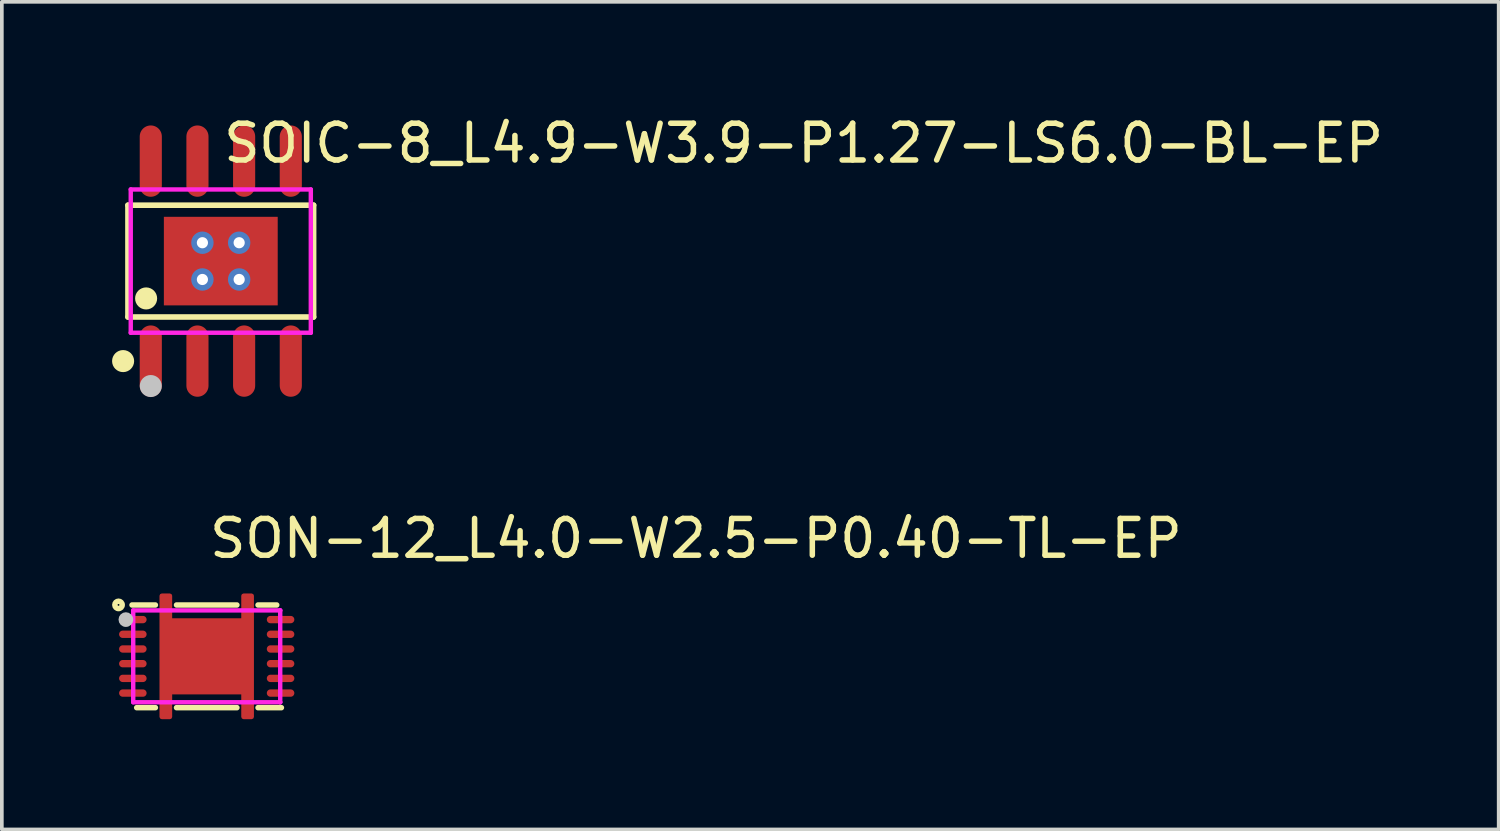
<source format=kicad_pcb>
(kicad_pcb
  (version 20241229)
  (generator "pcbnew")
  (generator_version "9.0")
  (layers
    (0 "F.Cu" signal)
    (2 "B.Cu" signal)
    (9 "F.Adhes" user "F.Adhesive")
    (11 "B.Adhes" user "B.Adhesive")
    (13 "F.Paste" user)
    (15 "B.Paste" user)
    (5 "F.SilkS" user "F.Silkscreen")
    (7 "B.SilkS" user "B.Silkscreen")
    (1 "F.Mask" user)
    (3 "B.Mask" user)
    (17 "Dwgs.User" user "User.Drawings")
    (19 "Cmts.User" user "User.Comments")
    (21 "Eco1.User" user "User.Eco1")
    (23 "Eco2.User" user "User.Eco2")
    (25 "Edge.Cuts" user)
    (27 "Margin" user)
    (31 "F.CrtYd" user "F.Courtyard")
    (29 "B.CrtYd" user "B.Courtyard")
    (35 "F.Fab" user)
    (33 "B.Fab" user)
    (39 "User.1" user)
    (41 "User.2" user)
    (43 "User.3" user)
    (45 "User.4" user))
  (footprint "SOIC-8_L4.9-W3.9-P1.27-LS6.0-BL-EP"
    (layer "F.Cu")
    (at 2.958 4.055)
    (property "Reference" "SOIC-8_L4.9-W3.9-P1.27-LS6.0-BL-EP" (at 0 -3.207 0) (layer "F.SilkS") (effects (font (size 1 1) (thickness 0.15)) (justify left)))
    (attr through_hole)
    (fp_line (start -2.526 -1.521) (end 2.526 -1.521) (stroke (width 0.152) (type solid)) (layer "F.SilkS"))
    (fp_line (start -2.526 1.521) (end -2.526 -1.521) (stroke (width 0.152) (type solid)) (layer "F.SilkS"))
    (fp_line (start 2.526 -1.521) (end 2.526 1.521) (stroke (width 0.152) (type solid)) (layer "F.SilkS"))
    (fp_line (start 2.526 1.521) (end -2.526 1.521) (stroke (width 0.152) (type solid)) (layer "F.SilkS"))
    (fp_circle (center -2.658 2.721) (end -2.508 2.721) (stroke (width 0.3) (type solid)) (fill no) (layer "F.SilkS"))
    (fp_circle (center -2.032 1.016) (end -1.882 1.016) (stroke (width 0.3) (type solid)) (fill no) (layer "F.SilkS"))
    (fp_circle (center -1.905 3.4) (end -1.755 3.4) (stroke (width 0.3) (type solid)) (fill no) (layer "Dwgs.User"))
    (fp_line (start -2.12 -2.36) (end -2.12 -1.94) (stroke (width 0.12) (type solid)) (layer "Eco2.User"))
    (fp_line (start -2.12 -1.94) (end -1.69 -1.94) (stroke (width 0.12) (type solid)) (layer "Eco2.User"))
    (fp_line (start -2.12 1.94) (end -1.69 1.94) (stroke (width 0.12) (type solid)) (layer "Eco2.User"))
    (fp_line (start -2.12 2.36) (end -2.12 1.94) (stroke (width 0.12) (type solid)) (layer "Eco2.User"))
    (fp_line (start -1.69 -2.36) (end -2.12 -2.36) (stroke (width 0.12) (type solid)) (layer "Eco2.User"))
    (fp_line (start -1.69 -1.94) (end -1.69 -2.36) (stroke (width 0.12) (type solid)) (layer "Eco2.User"))
    (fp_line (start -1.69 1.94) (end -1.69 2.36) (stroke (width 0.12) (type solid)) (layer "Eco2.User"))
    (fp_line (start -1.69 2.36) (end -2.12 2.36) (stroke (width 0.12) (type solid)) (layer "Eco2.User"))
    (fp_line (start -0.85 -2.36) (end -0.85 -1.94) (stroke (width 0.12) (type solid)) (layer "Eco2.User"))
    (fp_line (start -0.85 -1.94) (end -0.42 -1.94) (stroke (width 0.12) (type solid)) (layer "Eco2.User"))
    (fp_line (start -0.85 1.94) (end -0.42 1.94) (stroke (width 0.12) (type solid)) (layer "Eco2.User"))
    (fp_line (start -0.85 2.36) (end -0.85 1.94) (stroke (width 0.12) (type solid)) (layer "Eco2.User"))
    (fp_line (start -0.42 -2.36) (end -0.85 -2.36) (stroke (width 0.12) (type solid)) (layer "Eco2.User"))
    (fp_line (start -0.42 -1.94) (end -0.42 -2.36) (stroke (width 0.12) (type solid)) (layer "Eco2.User"))
    (fp_line (start -0.42 1.94) (end -0.42 2.36) (stroke (width 0.12) (type solid)) (layer "Eco2.User"))
    (fp_line (start -0.42 2.36) (end -0.85 2.36) (stroke (width 0.12) (type solid)) (layer "Eco2.User"))
    (fp_line (start 0.42 -2.36) (end 0.42 -1.94) (stroke (width 0.12) (type solid)) (layer "Eco2.User"))
    (fp_line (start 0.42 -1.94) (end 0.85 -1.94) (stroke (width 0.12) (type solid)) (layer "Eco2.User"))
    (fp_line (start 0.42 1.94) (end 0.85 1.94) (stroke (width 0.12) (type solid)) (layer "Eco2.User"))
    (fp_line (start 0.42 2.36) (end 0.42 1.94) (stroke (width 0.12) (type solid)) (layer "Eco2.User"))
    (fp_line (start 0.85 -2.36) (end 0.42 -2.36) (stroke (width 0.12) (type solid)) (layer "Eco2.User"))
    (fp_line (start 0.85 -1.94) (end 0.85 -2.36) (stroke (width 0.12) (type solid)) (layer "Eco2.User"))
    (fp_line (start 0.85 1.94) (end 0.85 2.36) (stroke (width 0.12) (type solid)) (layer "Eco2.User"))
    (fp_line (start 0.85 2.36) (end 0.42 2.36) (stroke (width 0.12) (type solid)) (layer "Eco2.User"))
    (fp_line (start 1.69 -2.36) (end 1.69 -1.94) (stroke (width 0.12) (type solid)) (layer "Eco2.User"))
    (fp_line (start 1.69 -1.94) (end 2.12 -1.94) (stroke (width 0.12) (type solid)) (layer "Eco2.User"))
    (fp_line (start 1.69 1.94) (end 2.12 1.94) (stroke (width 0.12) (type solid)) (layer "Eco2.User"))
    (fp_line (start 1.69 2.36) (end 1.69 1.94) (stroke (width 0.12) (type solid)) (layer "Eco2.User"))
    (fp_line (start 2.12 -2.36) (end 1.69 -2.36) (stroke (width 0.12) (type solid)) (layer "Eco2.User"))
    (fp_line (start 2.12 -1.94) (end 2.12 -2.36) (stroke (width 0.12) (type solid)) (layer "Eco2.User"))
    (fp_line (start 2.12 1.94) (end 2.12 2.36) (stroke (width 0.12) (type solid)) (layer "Eco2.User"))
    (fp_line (start 2.12 2.36) (end 1.69 2.36) (stroke (width 0.12) (type solid)) (layer "Eco2.User"))
    (fp_circle (center -2.45 3) (end -2.42 3) (stroke (width 0.06) (type solid)) (fill no) (layer "Eco2.User"))
    (fp_poly (pts (xy -2.12 -3) (xy -2.12 -2.35) (xy -1.69 -2.35) (xy -1.69 -3)) (stroke (width 0.12) (type solid)) (fill no) (layer "Eco2.User"))
    (fp_poly (pts (xy -2.12 3) (xy -2.12 2.35) (xy -1.69 2.35) (xy -1.69 3)) (stroke (width 0.12) (type solid)) (fill no) (layer "Eco2.User"))
    (fp_poly (pts (xy -1.549 -1.205) (xy 1.549 -1.205) (xy 1.549 1.205) (xy -1.549 1.205)) (stroke (width 0.12) (type solid)) (fill no) (layer "Eco2.User"))
    (fp_poly (pts (xy -0.85 -3) (xy -0.85 -2.35) (xy -0.42 -2.35) (xy -0.42 -3)) (stroke (width 0.12) (type solid)) (fill no) (layer "Eco2.User"))
    (fp_poly (pts (xy -0.85 3) (xy -0.85 2.35) (xy -0.42 2.35) (xy -0.42 3)) (stroke (width 0.12) (type solid)) (fill no) (layer "Eco2.User"))
    (fp_poly (pts (xy 0.42 -3) (xy 0.42 -2.35) (xy 0.85 -2.35) (xy 0.85 -3)) (stroke (width 0.12) (type solid)) (fill no) (layer "Eco2.User"))
    (fp_poly (pts (xy 0.42 3) (xy 0.42 2.35) (xy 0.85 2.35) (xy 0.85 3)) (stroke (width 0.12) (type solid)) (fill no) (layer "Eco2.User"))
    (fp_poly (pts (xy 1.69 -3) (xy 1.69 -2.35) (xy 2.12 -2.35) (xy 2.12 -3)) (stroke (width 0.12) (type solid)) (fill no) (layer "Eco2.User"))
    (fp_poly (pts (xy 1.69 3) (xy 1.69 2.35) (xy 2.12 2.35) (xy 2.12 3)) (stroke (width 0.12) (type solid)) (fill no) (layer "Eco2.User"))
    (fp_line (start -2.45 -1.95) (end 2.45 -1.95) (stroke (width 0.12) (type solid)) (layer "F.CrtYd"))
    (fp_line (start -2.45 1.95) (end -2.45 -1.95) (stroke (width 0.12) (type solid)) (layer "F.CrtYd"))
    (fp_line (start 2.45 -1.95) (end 2.45 1.95) (stroke (width 0.12) (type solid)) (layer "F.CrtYd"))
    (fp_line (start 2.45 1.95) (end -2.45 1.95) (stroke (width 0.12) (type solid)) (layer "F.CrtYd"))
    (pad "" thru_hole circle (at -0.5 -0.5) (size 0.61 0.61) (drill 0.304) (layers "*.Cu" "*.Mask"))
    (pad "" thru_hole circle (at -0.5 0.5) (size 0.61 0.61) (drill 0.304) (layers "*.Cu" "*.Mask"))
    (pad "" thru_hole circle (at 0.5 -0.5) (size 0.61 0.61) (drill 0.304) (layers "*.Cu" "*.Mask"))
    (pad "" thru_hole circle (at 0.5 0.5) (size 0.61 0.61) (drill 0.304) (layers "*.Cu" "*.Mask"))
    (pad "1" smd oval (at -1.905 2.721) (size 0.602 1.941) (layers "F.Cu" "F.Mask" "F.Paste"))
    (pad "2" smd oval (at -0.635 2.721) (size 0.602 1.941) (layers "F.Cu" "F.Mask" "F.Paste"))
    (pad "3" smd oval (at 0.635 2.721) (size 0.602 1.941) (layers "F.Cu" "F.Mask" "F.Paste"))
    (pad "4" smd oval (at 1.905 2.721) (size 0.602 1.941) (layers "F.Cu" "F.Mask" "F.Paste"))
    (pad "5" smd oval (at 1.905 -2.721) (size 0.602 1.941) (layers "F.Cu" "F.Mask" "F.Paste"))
    (pad "6" smd oval (at 0.635 -2.721) (size 0.602 1.941) (layers "F.Cu" "F.Mask" "F.Paste"))
    (pad "7" smd oval (at -0.635 -2.721) (size 0.602 1.941) (layers "F.Cu" "F.Mask" "F.Paste"))
    (pad "8" smd oval (at -1.905 -2.721) (size 0.602 1.941) (layers "F.Cu" "F.Mask" "F.Paste"))
    (pad "9" smd rect (at 0 0) (size 3.098 2.41) (layers "F.Cu" "F.Mask" "F.Paste")))
  (footprint "SON-12_L4.0-W2.5-P0.40-TL-EP"
    (layer "F.Cu")
    (at 2.575 14.81)
    (property "Reference" "SON-12_L4.0-W2.5-P0.40-TL-EP" (at 0 -3.207 0) (layer "F.SilkS") (effects (font (size 1 1) (thickness 0.15)) (justify left)))
    (attr through_hole)
    (fp_line (start -2.032 -1.397) (end -1.397 -1.397) (stroke (width 0.15) (type solid)) (layer "F.SilkS"))
    (fp_line (start -1.397 1.397) (end -1.905 1.397) (stroke (width 0.15) (type solid)) (layer "F.SilkS"))
    (fp_line (start -0.821 -1.397) (end 0.821 -1.397) (stroke (width 0.15) (type solid)) (layer "F.SilkS"))
    (fp_line (start 0.821 1.397) (end -0.821 1.397) (stroke (width 0.15) (type solid)) (layer "F.SilkS"))
    (fp_line (start 1.397 -1.397) (end 1.905 -1.397) (stroke (width 0.15) (type solid)) (layer "F.SilkS"))
    (fp_line (start 2.032 1.397) (end 1.397 1.397) (stroke (width 0.15) (type solid)) (layer "F.SilkS"))
    (fp_circle (center -2.4 -1.4) (end -2.3 -1.4) (stroke (width 0.15) (type solid)) (fill no) (layer "F.SilkS"))
    (fp_circle (center -2.2 -1) (end -2.1 -1) (stroke (width 0.2) (type solid)) (fill no) (layer "Dwgs.User"))
    (fp_circle (center -2 -1.25) (end -1.97 -1.25) (stroke (width 0.06) (type solid)) (fill no) (layer "Eco2.User"))
    (fp_poly (pts (xy -2 -0.9) (xy -1.61 -0.9) (xy -1.61 -1.1) (xy -2 -1.1)) (stroke (width 0.12) (type solid)) (fill no) (layer "Eco2.User"))
    (fp_poly (pts (xy -2 -0.5) (xy -1.61 -0.5) (xy -1.61 -0.7) (xy -2 -0.7)) (stroke (width 0.12) (type solid)) (fill no) (layer "Eco2.User"))
    (fp_poly (pts (xy -2 -0.1) (xy -1.61 -0.1) (xy -1.61 -0.3) (xy -2 -0.3)) (stroke (width 0.12) (type solid)) (fill no) (layer "Eco2.User"))
    (fp_poly (pts (xy -2 0.3) (xy -1.61 0.3) (xy -1.61 0.1) (xy -2 0.1)) (stroke (width 0.12) (type solid)) (fill no) (layer "Eco2.User"))
    (fp_poly (pts (xy -2 0.7) (xy -1.61 0.7) (xy -1.61 0.5) (xy -2 0.5)) (stroke (width 0.12) (type solid)) (fill no) (layer "Eco2.User"))
    (fp_poly (pts (xy -2 1.1) (xy -1.61 1.1) (xy -1.61 0.9) (xy -2 0.9)) (stroke (width 0.12) (type solid)) (fill no) (layer "Eco2.User"))
    (fp_poly (pts (xy 2 -0.9) (xy 1.61 -0.9) (xy 1.61 -1.1) (xy 2 -1.1)) (stroke (width 0.12) (type solid)) (fill no) (layer "Eco2.User"))
    (fp_poly (pts (xy 2 -0.5) (xy 1.61 -0.5) (xy 1.61 -0.7) (xy 2 -0.7)) (stroke (width 0.12) (type solid)) (fill no) (layer "Eco2.User"))
    (fp_poly (pts (xy 2 -0.1) (xy 1.61 -0.1) (xy 1.61 -0.3) (xy 2 -0.3)) (stroke (width 0.12) (type solid)) (fill no) (layer "Eco2.User"))
    (fp_poly (pts (xy 2 0.3) (xy 1.61 0.3) (xy 1.61 0.1) (xy 2 0.1)) (stroke (width 0.12) (type solid)) (fill no) (layer "Eco2.User"))
    (fp_poly (pts (xy 2 0.7) (xy 1.61 0.7) (xy 1.61 0.5) (xy 2 0.5)) (stroke (width 0.12) (type solid)) (fill no) (layer "Eco2.User"))
    (fp_poly (pts (xy 2 1.1) (xy 1.61 1.1) (xy 1.61 0.9) (xy 2 0.9)) (stroke (width 0.12) (type solid)) (fill no) (layer "Eco2.User"))
    (fp_poly (pts (xy 1 -1.25) (xy 1 -0.975) (xy -1 -0.975) (xy -1 -1.25) (xy -1.225 -1.25) (xy -1.225 1.25) (xy -1 1.25) (xy -1 0.975) (xy 1 0.975) (xy 1 1.25) (xy 1.225 1.25) (xy 1.225 -1.25)) (stroke (width 0.12) (type solid)) (fill no) (layer "Eco2.User"))
    (fp_line (start -2 -1.25) (end -2 1.25) (stroke (width 0.12) (type solid)) (layer "F.CrtYd"))
    (fp_line (start -2 1.25) (end 2 1.25) (stroke (width 0.12) (type solid)) (layer "F.CrtYd"))
    (fp_line (start 2 -1.25) (end -2 -1.25) (stroke (width 0.12) (type solid)) (layer "F.CrtYd"))
    (fp_line (start 2 -1.25) (end 2 -1.25) (stroke (width 0.12) (type solid)) (layer "F.CrtYd"))
    (fp_line (start 2 1.25) (end 2 -1.25) (stroke (width 0.12) (type solid)) (layer "F.CrtYd"))
    (fp_line (start 2 1.25) (end 2 1.25) (stroke (width 0.12) (type solid)) (layer "F.CrtYd"))
    (pad "1" smd oval (at -2.01 -1) (size 0.749 0.2) (layers "F.Cu" "F.Mask" "F.Paste"))
    (pad "2" smd oval (at -2.01 -0.6) (size 0.749 0.2) (layers "F.Cu" "F.Mask" "F.Paste"))
    (pad "3" smd oval (at -2.01 -0.2) (size 0.749 0.2) (layers "F.Cu" "F.Mask" "F.Paste"))
    (pad "4" smd oval (at -2.01 0.2) (size 0.749 0.2) (layers "F.Cu" "F.Mask" "F.Paste"))
    (pad "5" smd oval (at -2.01 0.6) (size 0.749 0.2) (layers "F.Cu" "F.Mask" "F.Paste"))
    (pad "6" smd oval (at -2.01 1) (size 0.749 0.2) (layers "F.Cu" "F.Mask" "F.Paste"))
    (pad "7" smd oval (at 2.01 1) (size 0.749 0.2) (layers "F.Cu" "F.Mask" "F.Paste"))
    (pad "8" smd oval (at 2.01 0.6) (size 0.749 0.2) (layers "F.Cu" "F.Mask" "F.Paste"))
    (pad "9" smd oval (at 2.01 0.2) (size 0.749 0.2) (layers "F.Cu" "F.Mask" "F.Paste"))
    (pad "10" smd oval (at 2.01 -0.2) (size 0.749 0.2) (layers "F.Cu" "F.Mask" "F.Paste"))
    (pad "11" smd oval (at 2.01 -0.6) (size 0.749 0.2) (layers "F.Cu" "F.Mask" "F.Paste"))
    (pad "12" smd oval (at 2.01 -1) (size 0.749 0.2) (layers "F.Cu" "F.Mask" "F.Paste"))
    (pad "13" smd custom (at 0 0 270) (size 0.102 0.102) (layers "F.Cu" "F.Mask" "F.Paste") (options (anchor circle)) (primitives (gr_poly (pts (xy -0.975 -1) (xy -1.65 -1) (xy -1.65 -1.225) (xy 1.65 -1.225) (xy 1.65 -1) (xy 0.975 -1) (xy 0.975 1) (xy 1.65 1) (xy 1.65 1.225) (xy -1.65 1.225) (xy -1.65 1) (xy -0.975 1)) (width 0.12) (fill yes)))))
  (gr_rect
    (start -3 -3)
    (end 37.732 19.52)
    (stroke (width 0.1) (type default))
    (fill no)
    (layer "Edge.Cuts")))
</source>
